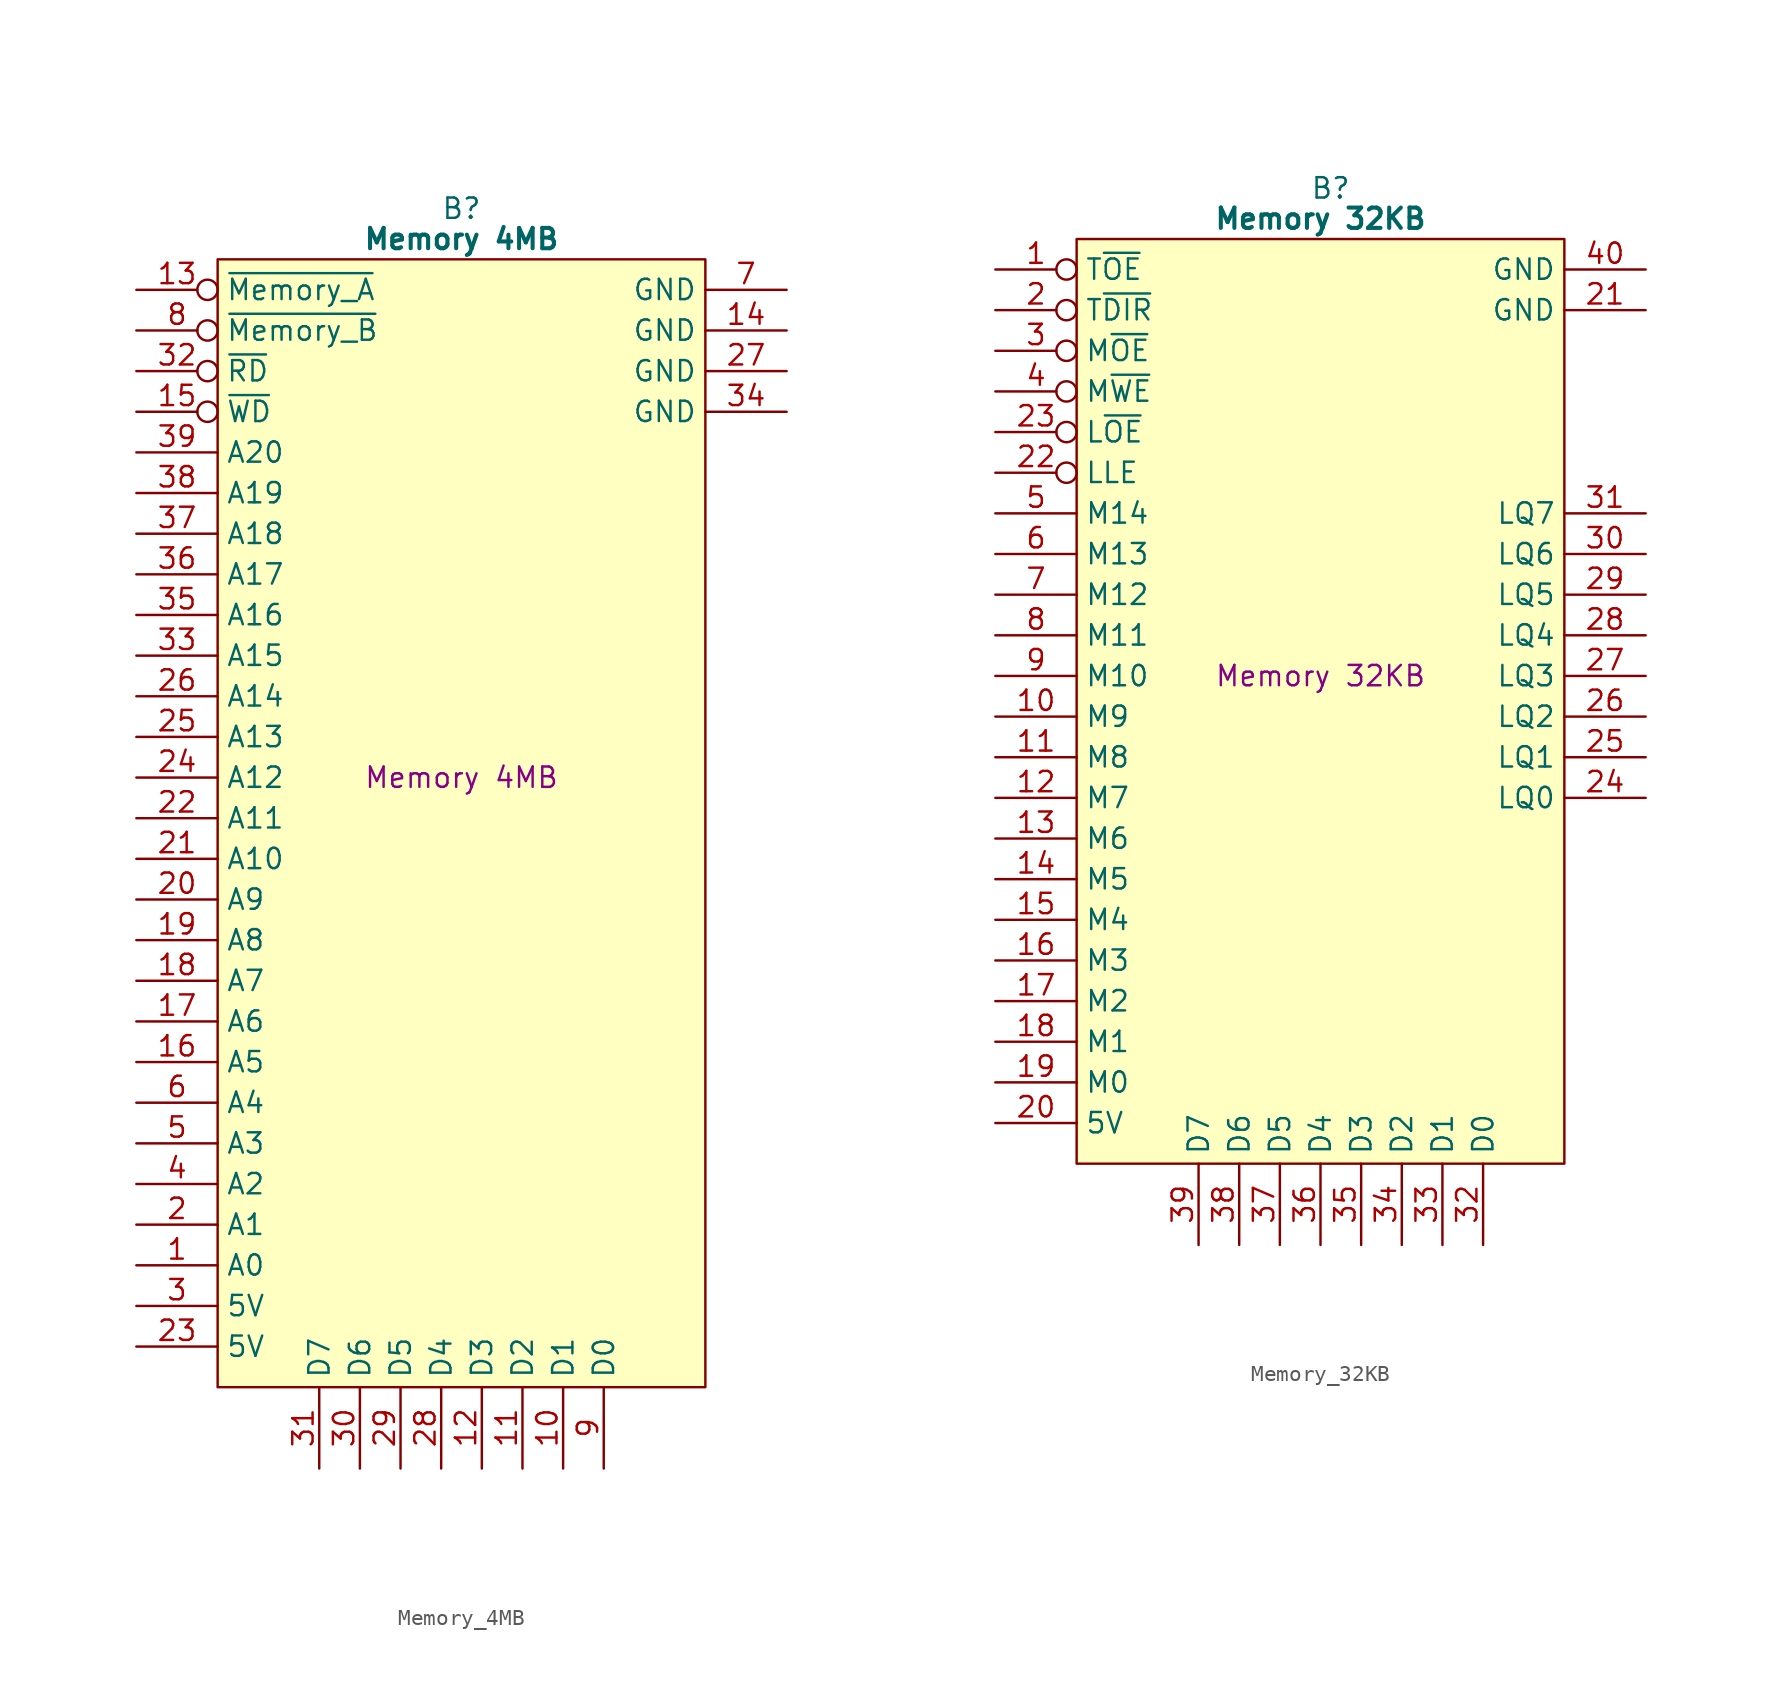
<source format=kicad_sym>
(kicad_symbol_lib
  (version 20241209)
  (generator "kicad_symbol_editor")
  (generator_version "9.0")
  (symbol "Memory_4MB"
    (property "Reference" "B"
      (at 15.24 5.08 0)
      (effects (font (size 1.27 1.27))))
    (property "Value" "Memory 4MB"
      (at 15.24 3.175 0)
      (effects (font (size 1.27 1.27) (bold yes))))
    (property "Description" "Memory 4MB"
      (at 15.24 -30.48 0)
      (effects (font (size 1.27 1.27))))
    (symbol "Memory_4MB_0_1"
      (polyline (pts (xy 0 1.905) (xy 30.48 1.905) (xy 30.48 -68.58) (xy 0 -68.58) (xy 0 1.905)) (stroke (width 0.152) (type default)) (fill (type background))))
    (symbol "Memory_4MB_1_0"
      (pin input inverted (at -5.08 -5.08 0) (length 5.08) (name "~{RD}" (effects (font (size 1.27 1.27)))) (number "32" (effects (font (size 1.27 1.27)))))
      (pin input line (at -5.08 -10.16 0) (length 5.08) (name "A20" (effects (font (size 1.27 1.27)))) (number "39" (effects (font (size 1.27 1.27)))))
      (pin no_connect line (at 35.56 -66.04 180) (length 5.08) (hide yes) (name "N.C." (effects (font (size 1.27 1.27)))) (number "40" (effects (font (size 1.27 1.27))))))
    (symbol "Memory_4MB_1_1"
      (pin input inverted (at -5.08 0 0) (length 5.08) (name "~{Memory_A}" (effects (font (size 1.27 1.27)))) (number "13" (effects (font (size 1.27 1.27)))))
      (pin input inverted (at -5.08 -2.54 0) (length 5.08) (name "~{Memory_B}" (effects (font (size 1.27 1.27)))) (number "8" (effects (font (size 1.27 1.27)))))
      (pin input inverted (at -5.08 -7.62 0) (length 5.08) (name "~{WD}" (effects (font (size 1.27 1.27)))) (number "15" (effects (font (size 1.27 1.27)))))
      (pin input line (at -5.08 -12.7 0) (length 5.08) (name "A19" (effects (font (size 1.27 1.27)))) (number "38" (effects (font (size 1.27 1.27)))))
      (pin input line (at -5.08 -15.24 0) (length 5.08) (name "A18" (effects (font (size 1.27 1.27)))) (number "37" (effects (font (size 1.27 1.27)))))
      (pin input line (at -5.08 -17.78 0) (length 5.08) (name "A17" (effects (font (size 1.27 1.27)))) (number "36" (effects (font (size 1.27 1.27)))))
      (pin input line (at -5.08 -20.32 0) (length 5.08) (name "A16" (effects (font (size 1.27 1.27)))) (number "35" (effects (font (size 1.27 1.27)))))
      (pin input line (at -5.08 -22.86 0) (length 5.08) (name "A15" (effects (font (size 1.27 1.27)))) (number "33" (effects (font (size 1.27 1.27)))))
      (pin input line (at -5.08 -25.4 0) (length 5.08) (name "A14" (effects (font (size 1.27 1.27)))) (number "26" (effects (font (size 1.27 1.27)))))
      (pin input line (at -5.08 -27.94 0) (length 5.08) (name "A13" (effects (font (size 1.27 1.27)))) (number "25" (effects (font (size 1.27 1.27)))))
      (pin input line (at -5.08 -30.48 0) (length 5.08) (name "A12" (effects (font (size 1.27 1.27)))) (number "24" (effects (font (size 1.27 1.27)))))
      (pin input line (at -5.08 -33.02 0) (length 5.08) (name "A11" (effects (font (size 1.27 1.27)))) (number "22" (effects (font (size 1.27 1.27)))))
      (pin input line (at -5.08 -35.56 0) (length 5.08) (name "A10" (effects (font (size 1.27 1.27)))) (number "21" (effects (font (size 1.27 1.27)))))
      (pin input line (at -5.08 -38.1 0) (length 5.08) (name "A9" (effects (font (size 1.27 1.27)))) (number "20" (effects (font (size 1.27 1.27)))))
      (pin input line (at -5.08 -40.64 0) (length 5.08) (name "A8" (effects (font (size 1.27 1.27)))) (number "19" (effects (font (size 1.27 1.27)))))
      (pin input line (at -5.08 -43.18 0) (length 5.08) (name "A7" (effects (font (size 1.27 1.27)))) (number "18" (effects (font (size 1.27 1.27)))))
      (pin input line (at -5.08 -45.72 0) (length 5.08) (name "A6" (effects (font (size 1.27 1.27)))) (number "17" (effects (font (size 1.27 1.27)))))
      (pin input line (at -5.08 -48.26 0) (length 5.08) (name "A5" (effects (font (size 1.27 1.27)))) (number "16" (effects (font (size 1.27 1.27)))))
      (pin input line (at -5.08 -50.8 0) (length 5.08) (name "A4" (effects (font (size 1.27 1.27)))) (number "6" (effects (font (size 1.27 1.27)))))
      (pin input line (at -5.08 -53.34 0) (length 5.08) (name "A3" (effects (font (size 1.27 1.27)))) (number "5" (effects (font (size 1.27 1.27)))))
      (pin input line (at -5.08 -55.88 0) (length 5.08) (name "A2" (effects (font (size 1.27 1.27)))) (number "4" (effects (font (size 1.27 1.27)))))
      (pin input line (at -5.08 -58.42 0) (length 5.08) (name "A1" (effects (font (size 1.27 1.27)))) (number "2" (effects (font (size 1.27 1.27)))))
      (pin input line (at -5.08 -60.96 0) (length 5.08) (name "A0" (effects (font (size 1.27 1.27)))) (number "1" (effects (font (size 1.27 1.27)))))
      (pin passive line (at -5.08 -63.5 0) (length 5.08) (name "5V" (effects (font (size 1.27 1.27)))) (number "3" (effects (font (size 1.27 1.27)))))
      (pin passive line (at -5.08 -66.04 0) (length 5.08) (name "5V" (effects (font (size 1.27 1.27)))) (number "23" (effects (font (size 1.27 1.27)))))
      (pin tri_state line (at 6.35 -73.66 90) (length 5.08) (name "D7" (effects (font (size 1.27 1.27)))) (number "31" (effects (font (size 1.27 1.27)))))
      (pin tri_state line (at 8.89 -73.66 90) (length 5.08) (name "D6" (effects (font (size 1.27 1.27)))) (number "30" (effects (font (size 1.27 1.27)))))
      (pin tri_state line (at 11.43 -73.66 90) (length 5.08) (name "D5" (effects (font (size 1.27 1.27)))) (number "29" (effects (font (size 1.27 1.27)))))
      (pin tri_state line (at 13.97 -73.66 90) (length 5.08) (name "D4" (effects (font (size 1.27 1.27)))) (number "28" (effects (font (size 1.27 1.27)))))
      (pin tri_state line (at 16.51 -73.66 90) (length 5.08) (name "D3" (effects (font (size 1.27 1.27)))) (number "12" (effects (font (size 1.27 1.27)))))
      (pin tri_state line (at 19.05 -73.66 90) (length 5.08) (name "D2" (effects (font (size 1.27 1.27)))) (number "11" (effects (font (size 1.27 1.27)))))
      (pin tri_state line (at 21.59 -73.66 90) (length 5.08) (name "D1" (effects (font (size 1.27 1.27)))) (number "10" (effects (font (size 1.27 1.27)))))
      (pin tri_state line (at 24.13 -73.66 90) (length 5.08) (name "D0" (effects (font (size 1.27 1.27)))) (number "9" (effects (font (size 1.27 1.27)))))
      (pin passive line (at 35.56 0 180) (length 5.08) (name "GND" (effects (font (size 1.27 1.27)))) (number "7" (effects (font (size 1.27 1.27)))))
      (pin passive line (at 35.56 -2.54 180) (length 5.08) (name "GND" (effects (font (size 1.27 1.27)))) (number "14" (effects (font (size 1.27 1.27)))))
      (pin passive line (at 35.56 -5.08 180) (length 5.08) (name "GND" (effects (font (size 1.27 1.27)))) (number "27" (effects (font (size 1.27 1.27)))))
      (pin passive line (at 35.56 -7.62 180) (length 5.08) (name "GND" (effects (font (size 1.27 1.27)))) (number "34" (effects (font (size 1.27 1.27)))))))
  (symbol "Memory_32KB"
    (property "Reference" "B"
      (at 15.875 5.08 0)
      (effects (font (size 1.27 1.27))))
    (property "Value" "Memory 32KB"
      (at 15.24 3.175 0)
      (effects (font (size 1.27 1.27) (bold yes))))
    (property "Description" "Memory 32KB"
      (at 15.24 -25.4 0)
      (effects (font (size 1.27 1.27))))
    (symbol "Memory_32KB_0_0"
      (pin tri_state line (at 10.16 -60.96 90) (length 5.08) (name "D6" (effects (font (size 1.27 1.27)))) (number "38" (effects (font (size 1.27 1.27)))))
      (pin tri_state line (at 12.7 -60.96 90) (length 5.08) (name "D5" (effects (font (size 1.27 1.27)))) (number "37" (effects (font (size 1.27 1.27)))))
      (pin tri_state line (at 15.24 -60.96 90) (length 5.08) (name "D4" (effects (font (size 1.27 1.27)))) (number "36" (effects (font (size 1.27 1.27)))))
      (pin tri_state line (at 17.78 -60.96 90) (length 5.08) (name "D3" (effects (font (size 1.27 1.27)))) (number "35" (effects (font (size 1.27 1.27)))))
      (pin tri_state line (at 20.32 -60.96 90) (length 5.08) (name "D2" (effects (font (size 1.27 1.27)))) (number "34" (effects (font (size 1.27 1.27)))))
      (pin tri_state line (at 22.86 -60.96 90) (length 5.08) (name "D1" (effects (font (size 1.27 1.27)))) (number "33" (effects (font (size 1.27 1.27)))))
      (pin tri_state line (at 25.4 -60.96 90) (length 5.08) (name "D0" (effects (font (size 1.27 1.27)))) (number "32" (effects (font (size 1.27 1.27))))))
    (symbol "Memory_32KB_0_1"
      (polyline (pts (xy 0 1.905) (xy 30.48 1.905) (xy 30.48 -55.88) (xy 0 -55.88) (xy 0 1.905)) (stroke (width 0.152) (type default)) (fill (type background))))
    (symbol "Memory_32KB_1_0"
      (pin tri_state line (at 7.62 -60.96 90) (length 5.08) (name "D7" (effects (font (size 1.27 1.27)))) (number "39" (effects (font (size 1.27 1.27))))))
    (symbol "Memory_32KB_1_1"
      (pin input inverted (at -5.08 0 0) (length 5.08) (name "T~{OE}" (effects (font (size 1.27 1.27)))) (number "1" (effects (font (size 1.27 1.27)))))
      (pin input inverted (at -5.08 -2.54 0) (length 5.08) (name "T~{DIR}" (effects (font (size 1.27 1.27)))) (number "2" (effects (font (size 1.27 1.27)))))
      (pin input inverted (at -5.08 -5.08 0) (length 5.08) (name "M~{OE}" (effects (font (size 1.27 1.27)))) (number "3" (effects (font (size 1.27 1.27)))))
      (pin input inverted (at -5.08 -7.62 0) (length 5.08) (name "M~{WE}" (effects (font (size 1.27 1.27)))) (number "4" (effects (font (size 1.27 1.27)))))
      (pin input inverted (at -5.08 -10.16 0) (length 5.08) (name "L~{OE}" (effects (font (size 1.27 1.27)))) (number "23" (effects (font (size 1.27 1.27)))))
      (pin input inverted (at -5.08 -12.7 0) (length 5.08) (name "LLE" (effects (font (size 1.27 1.27)))) (number "22" (effects (font (size 1.27 1.27)))))
      (pin input line (at -5.08 -15.24 0) (length 5.08) (name "M14" (effects (font (size 1.27 1.27)))) (number "5" (effects (font (size 1.27 1.27)))))
      (pin input line (at -5.08 -17.78 0) (length 5.08) (name "M13" (effects (font (size 1.27 1.27)))) (number "6" (effects (font (size 1.27 1.27)))))
      (pin input line (at -5.08 -20.32 0) (length 5.08) (name "M12" (effects (font (size 1.27 1.27)))) (number "7" (effects (font (size 1.27 1.27)))))
      (pin input line (at -5.08 -22.86 0) (length 5.08) (name "M11" (effects (font (size 1.27 1.27)))) (number "8" (effects (font (size 1.27 1.27)))))
      (pin input line (at -5.08 -25.4 0) (length 5.08) (name "M10" (effects (font (size 1.27 1.27)))) (number "9" (effects (font (size 1.27 1.27)))))
      (pin input line (at -5.08 -27.94 0) (length 5.08) (name "M9" (effects (font (size 1.27 1.27)))) (number "10" (effects (font (size 1.27 1.27)))))
      (pin input line (at -5.08 -30.48 0) (length 5.08) (name "M8" (effects (font (size 1.27 1.27)))) (number "11" (effects (font (size 1.27 1.27)))))
      (pin input line (at -5.08 -33.02 0) (length 5.08) (name "M7" (effects (font (size 1.27 1.27)))) (number "12" (effects (font (size 1.27 1.27)))))
      (pin input line (at -5.08 -35.56 0) (length 5.08) (name "M6" (effects (font (size 1.27 1.27)))) (number "13" (effects (font (size 1.27 1.27)))))
      (pin input line (at -5.08 -38.1 0) (length 5.08) (name "M5" (effects (font (size 1.27 1.27)))) (number "14" (effects (font (size 1.27 1.27)))))
      (pin input line (at -5.08 -40.64 0) (length 5.08) (name "M4" (effects (font (size 1.27 1.27)))) (number "15" (effects (font (size 1.27 1.27)))))
      (pin input line (at -5.08 -43.18 0) (length 5.08) (name "M3" (effects (font (size 1.27 1.27)))) (number "16" (effects (font (size 1.27 1.27)))))
      (pin input line (at -5.08 -45.72 0) (length 5.08) (name "M2" (effects (font (size 1.27 1.27)))) (number "17" (effects (font (size 1.27 1.27)))))
      (pin input line (at -5.08 -48.26 0) (length 5.08) (name "M1" (effects (font (size 1.27 1.27)))) (number "18" (effects (font (size 1.27 1.27)))))
      (pin input line (at -5.08 -50.8 0) (length 5.08) (name "M0" (effects (font (size 1.27 1.27)))) (number "19" (effects (font (size 1.27 1.27)))))
      (pin passive line (at -5.08 -53.34 0) (length 5.08) (name "5V" (effects (font (size 1.27 1.27)))) (number "20" (effects (font (size 1.27 1.27)))))
      (pin passive line (at 35.56 0 180) (length 5.08) (name "GND" (effects (font (size 1.27 1.27)))) (number "40" (effects (font (size 1.27 1.27)))))
      (pin passive line (at 35.56 -2.54 180) (length 5.08) (name "GND" (effects (font (size 1.27 1.27)))) (number "21" (effects (font (size 1.27 1.27)))))
      (pin tri_state line (at 35.56 -15.24 180) (length 5.08) (name "LQ7" (effects (font (size 1.27 1.27)))) (number "31" (effects (font (size 1.27 1.27)))))
      (pin tri_state line (at 35.56 -17.78 180) (length 5.08) (name "LQ6" (effects (font (size 1.27 1.27)))) (number "30" (effects (font (size 1.27 1.27)))))
      (pin tri_state line (at 35.56 -20.32 180) (length 5.08) (name "LQ5" (effects (font (size 1.27 1.27)))) (number "29" (effects (font (size 1.27 1.27)))))
      (pin tri_state line (at 35.56 -22.86 180) (length 5.08) (name "LQ4" (effects (font (size 1.27 1.27)))) (number "28" (effects (font (size 1.27 1.27)))))
      (pin tri_state line (at 35.56 -25.4 180) (length 5.08) (name "LQ3" (effects (font (size 1.27 1.27)))) (number "27" (effects (font (size 1.27 1.27)))))
      (pin tri_state line (at 35.56 -27.94 180) (length 5.08) (name "LQ2" (effects (font (size 1.27 1.27)))) (number "26" (effects (font (size 1.27 1.27)))))
      (pin tri_state line (at 35.56 -30.48 180) (length 5.08) (name "LQ1" (effects (font (size 1.27 1.27)))) (number "25" (effects (font (size 1.27 1.27)))))
      (pin tri_state line (at 35.56 -33.02 180) (length 5.08) (name "LQ0" (effects (font (size 1.27 1.27)))) (number "24" (effects (font (size 1.27 1.27))))))))
</source>
